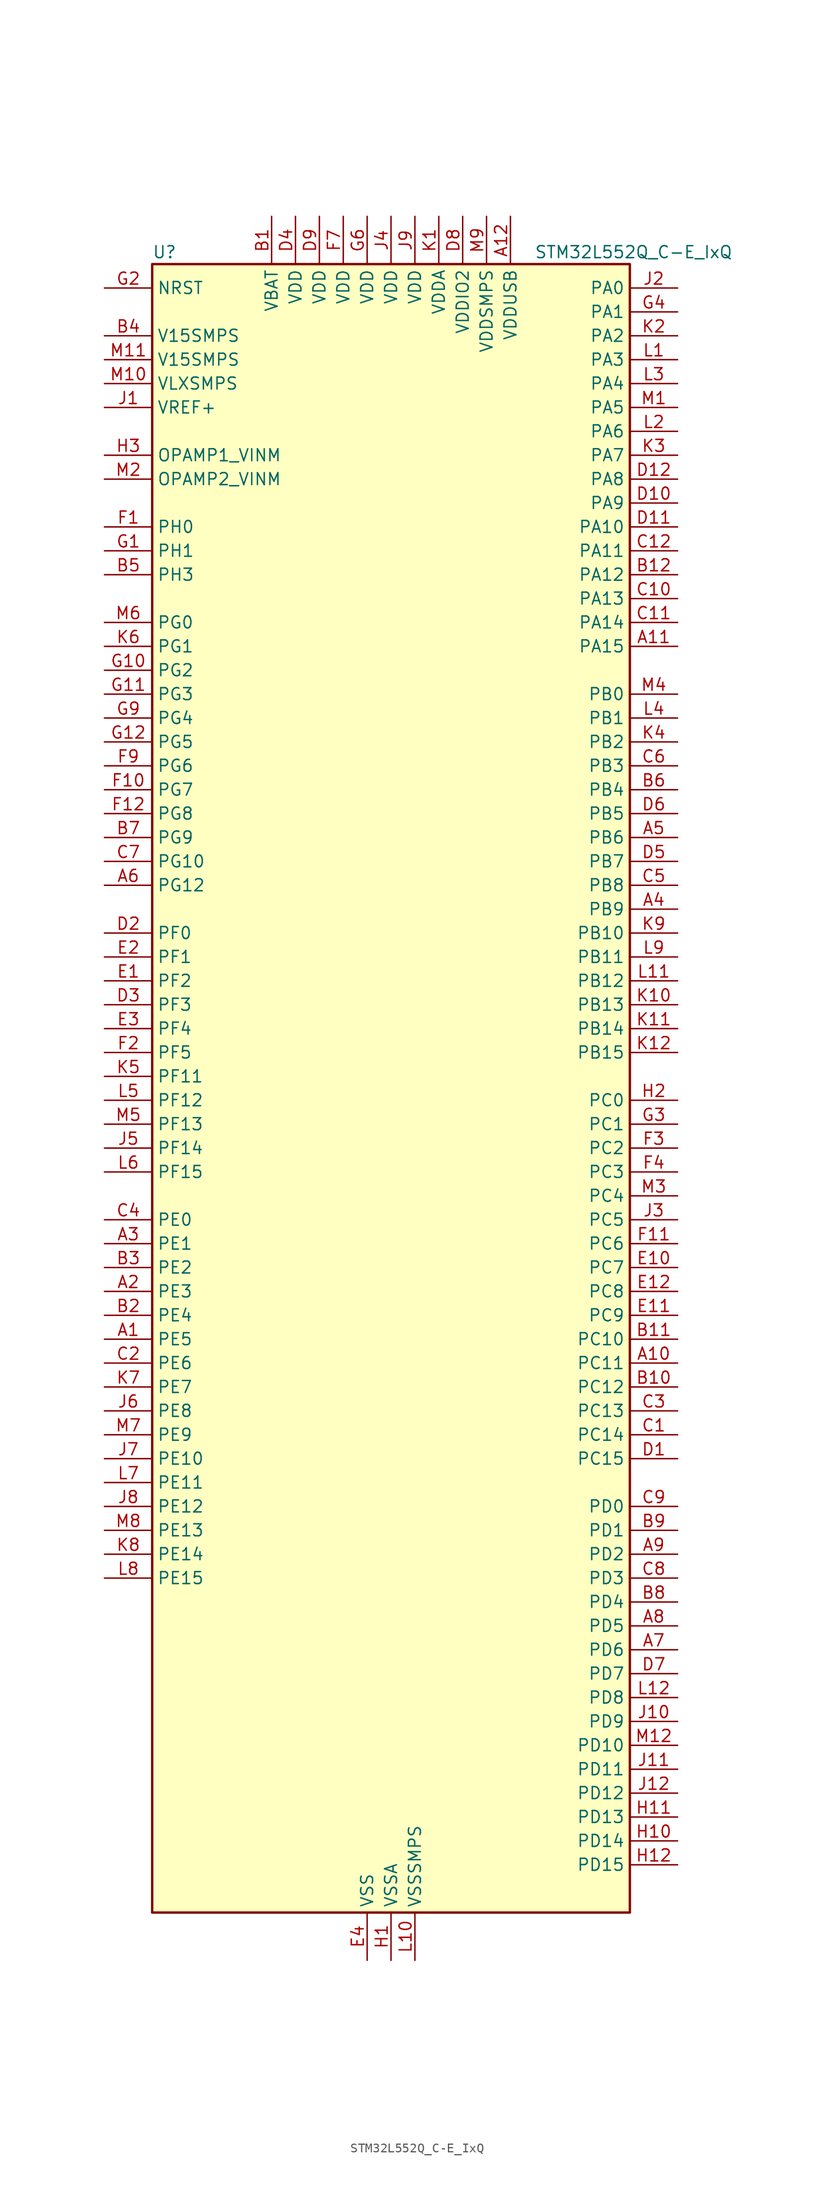
<source format=kicad_sym>
(kicad_symbol_lib
  (version 20220914)
  (generator kicad_symbol_editor)
  (symbol "STM32L552Q_C-E_IxQ"
    (property "Reference" "U"
      (at -25.4 90.17 0)
      (effects (font (size 1.27 1.27)) (justify left)))
    (property "Value" "STM32L552Q_C-E_IxQ"
      (at 15.24 90.17 0)
      (effects (font (size 1.27 1.27)) (justify left)))
    (property "ki_locked" ""
      (at 0 0 0)
      (effects (font (size 1.27 1.27))))
    (symbol "STM32L552Q_C-E_IxQ_0_1"
      (rectangle (start -25.4 -86.36) (end 25.4 88.9) (stroke (width 0.254) (type default)) (fill (type background))))
    (symbol "STM32L552Q_C-E_IxQ_1_1"
      (pin bidirectional line (at -30.48 -25.4 0) (length 5.08) (name "PE5" (effects (font (size 1.27 1.27)))) (number "A1" (effects (font (size 1.27 1.27)))) (alternate "DEBUG_TRACED2" bidirectional line) (alternate "DFSDM1_CKIN3" bidirectional line) (alternate "FMC_A21" bidirectional line) (alternate "SAI1_CK2" bidirectional line) (alternate "SAI1_SCK_A" bidirectional line) (alternate "TIM3_CH3" bidirectional line) (alternate "TSC_G7_IO4" bidirectional line))
      (pin bidirectional line (at 30.48 -27.94 180) (length 5.08) (name "PC11" (effects (font (size 1.27 1.27)))) (number "A10" (effects (font (size 1.27 1.27)))) (alternate "ADC1_EXTI11" bidirectional line) (alternate "ADC2_EXTI11" bidirectional line) (alternate "LPTIM3_IN1" bidirectional line) (alternate "OCTOSPI1_NCS" bidirectional line) (alternate "SAI2_MCLK_B" bidirectional line) (alternate "SDMMC1_D3" bidirectional line) (alternate "SPI3_MISO" bidirectional line) (alternate "TSC_G3_IO3" bidirectional line) (alternate "UART4_RX" bidirectional line) (alternate "UCPD1_FRSTX2" bidirectional line) (alternate "USART3_RX" bidirectional line))
      (pin bidirectional line (at 30.48 48.26 180) (length 5.08) (name "PA15" (effects (font (size 1.27 1.27)))) (number "A11" (effects (font (size 1.27 1.27)))) (alternate "ADC1_EXTI15" bidirectional line) (alternate "ADC2_EXTI15" bidirectional line) (alternate "DEBUG_JTDI" bidirectional line) (alternate "SAI2_FS_B" bidirectional line) (alternate "SPI1_NSS" bidirectional line) (alternate "SPI3_NSS" bidirectional line) (alternate "TIM2_CH1" bidirectional line) (alternate "TIM2_ETR" bidirectional line) (alternate "UART4_DE" bidirectional line) (alternate "UART4_RTS" bidirectional line) (alternate "UCPD1_CC1" bidirectional line) (alternate "USART2_RX" bidirectional line) (alternate "USART3_DE" bidirectional line) (alternate "USART3_RTS" bidirectional line))
      (pin power_in line (at 12.7 93.98 270) (length 5.08) (name "VDDUSB" (effects (font (size 1.27 1.27)))) (number "A12" (effects (font (size 1.27 1.27)))))
      (pin bidirectional line (at -30.48 -20.32 0) (length 5.08) (name "PE3" (effects (font (size 1.27 1.27)))) (number "A2" (effects (font (size 1.27 1.27)))) (alternate "DEBUG_TRACED0" bidirectional line) (alternate "FMC_A19" bidirectional line) (alternate "OCTOSPI1_DQS" bidirectional line) (alternate "SAI1_SD_B" bidirectional line) (alternate "TIM3_CH1" bidirectional line) (alternate "TSC_G7_IO2" bidirectional line))
      (pin bidirectional line (at -30.48 -15.24 0) (length 5.08) (name "PE1" (effects (font (size 1.27 1.27)))) (number "A3" (effects (font (size 1.27 1.27)))) (alternate "FMC_NBL1" bidirectional line) (alternate "TIM17_CH1" bidirectional line))
      (pin bidirectional line (at 30.48 20.32 180) (length 5.08) (name "PB9" (effects (font (size 1.27 1.27)))) (number "A4" (effects (font (size 1.27 1.27)))) (alternate "DAC1_EXTI9" bidirectional line) (alternate "FDCAN1_TX" bidirectional line) (alternate "I2C1_SDA" bidirectional line) (alternate "IR_OUT" bidirectional line) (alternate "SAI1_D2" bidirectional line) (alternate "SAI1_FS_A" bidirectional line) (alternate "SDMMC1_CDIR" bidirectional line) (alternate "SDMMC1_D5" bidirectional line) (alternate "SPI2_NSS" bidirectional line) (alternate "TIM17_CH1" bidirectional line) (alternate "TIM4_CH4" bidirectional line))
      (pin bidirectional line (at 30.48 27.94 180) (length 5.08) (name "PB6" (effects (font (size 1.27 1.27)))) (number "A5" (effects (font (size 1.27 1.27)))) (alternate "COMP2_INP" bidirectional line) (alternate "I2C1_SCL" bidirectional line) (alternate "I2C4_SCL" bidirectional line) (alternate "LPTIM1_ETR" bidirectional line) (alternate "SAI1_FS_B" bidirectional line) (alternate "TIM16_CH1N" bidirectional line) (alternate "TIM4_CH1" bidirectional line) (alternate "TIM8_BKIN2" bidirectional line) (alternate "TSC_G2_IO3" bidirectional line) (alternate "USART1_TX" bidirectional line))
      (pin bidirectional line (at -30.48 22.86 0) (length 5.08) (name "PG12" (effects (font (size 1.27 1.27)))) (number "A6" (effects (font (size 1.27 1.27)))) (alternate "FMC_NE4" bidirectional line) (alternate "LPTIM1_ETR" bidirectional line) (alternate "SAI2_SD_A" bidirectional line) (alternate "SPI3_NSS" bidirectional line) (alternate "USART1_DE" bidirectional line) (alternate "USART1_RTS" bidirectional line))
      (pin bidirectional line (at 30.48 -58.42 180) (length 5.08) (name "PD6" (effects (font (size 1.27 1.27)))) (number "A7" (effects (font (size 1.27 1.27)))) (alternate "DFSDM1_DATIN1" bidirectional line) (alternate "FMC_NWAIT" bidirectional line) (alternate "OCTOSPI1_IO6" bidirectional line) (alternate "SAI1_D1" bidirectional line) (alternate "SAI1_SD_A" bidirectional line) (alternate "SPI3_MOSI" bidirectional line) (alternate "USART2_RX" bidirectional line))
      (pin bidirectional line (at 30.48 -55.88 180) (length 5.08) (name "PD5" (effects (font (size 1.27 1.27)))) (number "A8" (effects (font (size 1.27 1.27)))) (alternate "FMC_NWE" bidirectional line) (alternate "OCTOSPI1_IO5" bidirectional line) (alternate "USART2_TX" bidirectional line))
      (pin bidirectional line (at 30.48 -48.26 180) (length 5.08) (name "PD2" (effects (font (size 1.27 1.27)))) (number "A9" (effects (font (size 1.27 1.27)))) (alternate "DEBUG_TRACED2" bidirectional line) (alternate "SDMMC1_CMD" bidirectional line) (alternate "TIM3_ETR" bidirectional line) (alternate "TSC_SYNC" bidirectional line) (alternate "UART5_RX" bidirectional line) (alternate "USART3_DE" bidirectional line) (alternate "USART3_RTS" bidirectional line))
      (pin power_in line (at -12.7 93.98 270) (length 5.08) (name "VBAT" (effects (font (size 1.27 1.27)))) (number "B1" (effects (font (size 1.27 1.27)))))
      (pin bidirectional line (at 30.48 -30.48 180) (length 5.08) (name "PC12" (effects (font (size 1.27 1.27)))) (number "B10" (effects (font (size 1.27 1.27)))) (alternate "DEBUG_TRACED3" bidirectional line) (alternate "SAI2_SD_B" bidirectional line) (alternate "SDMMC1_CK" bidirectional line) (alternate "SPI3_MOSI" bidirectional line) (alternate "TSC_G3_IO4" bidirectional line) (alternate "UART5_TX" bidirectional line) (alternate "USART3_CK" bidirectional line))
      (pin bidirectional line (at 30.48 -25.4 180) (length 5.08) (name "PC10" (effects (font (size 1.27 1.27)))) (number "B11" (effects (font (size 1.27 1.27)))) (alternate "DEBUG_TRACED1" bidirectional line) (alternate "LPTIM3_ETR" bidirectional line) (alternate "SAI2_SCK_B" bidirectional line) (alternate "SDMMC1_D2" bidirectional line) (alternate "SPI3_SCK" bidirectional line) (alternate "TSC_G3_IO2" bidirectional line) (alternate "UART4_TX" bidirectional line) (alternate "USART3_TX" bidirectional line))
      (pin bidirectional line (at 30.48 55.88 180) (length 5.08) (name "PA12" (effects (font (size 1.27 1.27)))) (number "B12" (effects (font (size 1.27 1.27)))) (alternate "FDCAN1_TX" bidirectional line) (alternate "SPI1_MOSI" bidirectional line) (alternate "TIM1_ETR" bidirectional line) (alternate "USART1_DE" bidirectional line) (alternate "USART1_RTS" bidirectional line) (alternate "USB_DP" bidirectional line))
      (pin bidirectional line (at -30.48 -22.86 0) (length 5.08) (name "PE4" (effects (font (size 1.27 1.27)))) (number "B2" (effects (font (size 1.27 1.27)))) (alternate "DEBUG_TRACED1" bidirectional line) (alternate "DFSDM1_DATIN3" bidirectional line) (alternate "FMC_A20" bidirectional line) (alternate "SAI1_D2" bidirectional line) (alternate "SAI1_FS_A" bidirectional line) (alternate "TIM3_CH2" bidirectional line) (alternate "TSC_G7_IO3" bidirectional line))
      (pin bidirectional line (at -30.48 -17.78 0) (length 5.08) (name "PE2" (effects (font (size 1.27 1.27)))) (number "B3" (effects (font (size 1.27 1.27)))) (alternate "DEBUG_TRACECLK" bidirectional line) (alternate "FMC_A23" bidirectional line) (alternate "SAI1_CK1" bidirectional line) (alternate "SAI1_MCLK_A" bidirectional line) (alternate "TIM3_ETR" bidirectional line) (alternate "TSC_G7_IO1" bidirectional line))
      (pin power_in line (at -30.48 81.28 0) (length 5.08) (name "V15SMPS" (effects (font (size 1.27 1.27)))) (number "B4" (effects (font (size 1.27 1.27)))))
      (pin bidirectional line (at -30.48 55.88 0) (length 5.08) (name "PH3" (effects (font (size 1.27 1.27)))) (number "B5" (effects (font (size 1.27 1.27)))))
      (pin bidirectional line (at 30.48 33.02 180) (length 5.08) (name "PB4" (effects (font (size 1.27 1.27)))) (number "B6" (effects (font (size 1.27 1.27)))) (alternate "COMP2_INP" bidirectional line) (alternate "DEBUG_JTRST" bidirectional line) (alternate "I2C3_SDA" bidirectional line) (alternate "SAI1_MCLK_B" bidirectional line) (alternate "SPI1_MISO" bidirectional line) (alternate "SPI3_MISO" bidirectional line) (alternate "TIM17_BKIN" bidirectional line) (alternate "TIM3_CH1" bidirectional line) (alternate "TSC_G2_IO1" bidirectional line) (alternate "UART5_DE" bidirectional line) (alternate "UART5_RTS" bidirectional line) (alternate "USART1_CTS" bidirectional line) (alternate "USART1_NSS" bidirectional line))
      (pin bidirectional line (at -30.48 27.94 0) (length 5.08) (name "PG9" (effects (font (size 1.27 1.27)))) (number "B7" (effects (font (size 1.27 1.27)))) (alternate "DAC1_EXTI9" bidirectional line) (alternate "FMC_NCE" bidirectional line) (alternate "FMC_NE2" bidirectional line) (alternate "SAI2_SCK_A" bidirectional line) (alternate "SPI3_SCK" bidirectional line) (alternate "TIM15_CH1N" bidirectional line) (alternate "USART1_TX" bidirectional line))
      (pin bidirectional line (at 30.48 -53.34 180) (length 5.08) (name "PD4" (effects (font (size 1.27 1.27)))) (number "B8" (effects (font (size 1.27 1.27)))) (alternate "DFSDM1_CKIN0" bidirectional line) (alternate "FMC_NOE" bidirectional line) (alternate "OCTOSPI1_IO4" bidirectional line) (alternate "SPI2_MOSI" bidirectional line) (alternate "USART2_DE" bidirectional line) (alternate "USART2_RTS" bidirectional line))
      (pin bidirectional line (at 30.48 -45.72 180) (length 5.08) (name "PD1" (effects (font (size 1.27 1.27)))) (number "B9" (effects (font (size 1.27 1.27)))) (alternate "FDCAN1_TX" bidirectional line) (alternate "FMC_D3" bidirectional line) (alternate "FMC_DA3" bidirectional line) (alternate "SPI2_SCK" bidirectional line))
      (pin bidirectional line (at 30.48 -35.56 180) (length 5.08) (name "PC14" (effects (font (size 1.27 1.27)))) (number "C1" (effects (font (size 1.27 1.27)))) (alternate "RCC_OSC32_IN" bidirectional line))
      (pin bidirectional line (at 30.48 53.34 180) (length 5.08) (name "PA13" (effects (font (size 1.27 1.27)))) (number "C10" (effects (font (size 1.27 1.27)))) (alternate "DEBUG_JTMS-SWDIO" bidirectional line) (alternate "IR_OUT" bidirectional line) (alternate "SAI1_SD_B" bidirectional line) (alternate "USB_NOE" bidirectional line))
      (pin bidirectional line (at 30.48 50.8 180) (length 5.08) (name "PA14" (effects (font (size 1.27 1.27)))) (number "C11" (effects (font (size 1.27 1.27)))) (alternate "DEBUG_JTCK-SWCLK" bidirectional line) (alternate "I2C1_SMBA" bidirectional line) (alternate "I2C4_SMBA" bidirectional line) (alternate "LPTIM1_OUT" bidirectional line) (alternate "SAI1_FS_B" bidirectional line))
      (pin bidirectional line (at 30.48 58.42 180) (length 5.08) (name "PA11" (effects (font (size 1.27 1.27)))) (number "C12" (effects (font (size 1.27 1.27)))) (alternate "ADC1_EXTI11" bidirectional line) (alternate "ADC2_EXTI11" bidirectional line) (alternate "FDCAN1_RX" bidirectional line) (alternate "SPI1_MISO" bidirectional line) (alternate "TIM1_BKIN2" bidirectional line) (alternate "TIM1_CH4" bidirectional line) (alternate "USART1_CTS" bidirectional line) (alternate "USART1_NSS" bidirectional line) (alternate "USB_DM" bidirectional line))
      (pin bidirectional line (at -30.48 -27.94 0) (length 5.08) (name "PE6" (effects (font (size 1.27 1.27)))) (number "C2" (effects (font (size 1.27 1.27)))) (alternate "DEBUG_TRACED3" bidirectional line) (alternate "FMC_A22" bidirectional line) (alternate "PWR_WKUP3" bidirectional line) (alternate "SAI1_D1" bidirectional line) (alternate "SAI1_SD_A" bidirectional line) (alternate "TAMP_IN3" bidirectional line) (alternate "TAMP_OUT6" bidirectional line) (alternate "TIM3_CH4" bidirectional line))
      (pin bidirectional line (at 30.48 -33.02 180) (length 5.08) (name "PC13" (effects (font (size 1.27 1.27)))) (number "C3" (effects (font (size 1.27 1.27)))) (alternate "PWR_WKUP2" bidirectional line) (alternate "RTC_OUT1" bidirectional line) (alternate "RTC_TS" bidirectional line) (alternate "TAMP_IN1" bidirectional line) (alternate "TAMP_OUT2" bidirectional line))
      (pin bidirectional line (at -30.48 -12.7 0) (length 5.08) (name "PE0" (effects (font (size 1.27 1.27)))) (number "C4" (effects (font (size 1.27 1.27)))) (alternate "FMC_NBL0" bidirectional line) (alternate "TIM16_CH1" bidirectional line) (alternate "TIM4_ETR" bidirectional line))
      (pin bidirectional line (at 30.48 22.86 180) (length 5.08) (name "PB8" (effects (font (size 1.27 1.27)))) (number "C5" (effects (font (size 1.27 1.27)))) (alternate "DFSDM1_CKOUT" bidirectional line) (alternate "FDCAN1_RX" bidirectional line) (alternate "I2C1_SCL" bidirectional line) (alternate "SAI1_CK1" bidirectional line) (alternate "SAI1_MCLK_A" bidirectional line) (alternate "SDMMC1_CKIN" bidirectional line) (alternate "SDMMC1_D4" bidirectional line) (alternate "TIM16_CH1" bidirectional line) (alternate "TIM4_CH3" bidirectional line))
      (pin bidirectional line (at 30.48 35.56 180) (length 5.08) (name "PB3" (effects (font (size 1.27 1.27)))) (number "C6" (effects (font (size 1.27 1.27)))) (alternate "COMP2_INM" bidirectional line) (alternate "CRS_SYNC" bidirectional line) (alternate "DEBUG_JTDO-SWO" bidirectional line) (alternate "SAI1_SCK_B" bidirectional line) (alternate "SPI1_SCK" bidirectional line) (alternate "SPI3_SCK" bidirectional line) (alternate "TIM2_CH2" bidirectional line) (alternate "USART1_DE" bidirectional line) (alternate "USART1_RTS" bidirectional line))
      (pin bidirectional line (at -30.48 25.4 0) (length 5.08) (name "PG10" (effects (font (size 1.27 1.27)))) (number "C7" (effects (font (size 1.27 1.27)))) (alternate "FMC_NE3" bidirectional line) (alternate "LPTIM1_IN1" bidirectional line) (alternate "SAI2_FS_A" bidirectional line) (alternate "SPI3_MISO" bidirectional line) (alternate "TIM15_CH1" bidirectional line) (alternate "USART1_RX" bidirectional line))
      (pin bidirectional line (at 30.48 -50.8 180) (length 5.08) (name "PD3" (effects (font (size 1.27 1.27)))) (number "C8" (effects (font (size 1.27 1.27)))) (alternate "DFSDM1_DATIN0" bidirectional line) (alternate "FMC_CLK" bidirectional line) (alternate "SPI2_MISO" bidirectional line) (alternate "SPI2_SCK" bidirectional line) (alternate "USART2_CTS" bidirectional line) (alternate "USART2_NSS" bidirectional line))
      (pin bidirectional line (at 30.48 -43.18 180) (length 5.08) (name "PD0" (effects (font (size 1.27 1.27)))) (number "C9" (effects (font (size 1.27 1.27)))) (alternate "FDCAN1_RX" bidirectional line) (alternate "FMC_D2" bidirectional line) (alternate "FMC_DA2" bidirectional line) (alternate "SPI2_NSS" bidirectional line))
      (pin bidirectional line (at 30.48 -38.1 180) (length 5.08) (name "PC15" (effects (font (size 1.27 1.27)))) (number "D1" (effects (font (size 1.27 1.27)))) (alternate "ADC1_EXTI15" bidirectional line) (alternate "ADC2_EXTI15" bidirectional line) (alternate "RCC_OSC32_OUT" bidirectional line))
      (pin bidirectional line (at 30.48 63.5 180) (length 5.08) (name "PA9" (effects (font (size 1.27 1.27)))) (number "D10" (effects (font (size 1.27 1.27)))) (alternate "DAC1_EXTI9" bidirectional line) (alternate "SAI1_FS_A" bidirectional line) (alternate "SPI2_SCK" bidirectional line) (alternate "TIM15_BKIN" bidirectional line) (alternate "TIM1_CH2" bidirectional line) (alternate "USART1_TX" bidirectional line))
      (pin bidirectional line (at 30.48 60.96 180) (length 5.08) (name "PA10" (effects (font (size 1.27 1.27)))) (number "D11" (effects (font (size 1.27 1.27)))) (alternate "CRS_SYNC" bidirectional line) (alternate "SAI1_D1" bidirectional line) (alternate "SAI1_SD_A" bidirectional line) (alternate "TIM17_BKIN" bidirectional line) (alternate "TIM1_CH3" bidirectional line) (alternate "USART1_RX" bidirectional line))
      (pin bidirectional line (at 30.48 66.04 180) (length 5.08) (name "PA8" (effects (font (size 1.27 1.27)))) (number "D12" (effects (font (size 1.27 1.27)))) (alternate "LPTIM2_OUT" bidirectional line) (alternate "RCC_MCO" bidirectional line) (alternate "SAI1_CK2" bidirectional line) (alternate "SAI1_SCK_A" bidirectional line) (alternate "TIM1_CH1" bidirectional line) (alternate "USART1_CK" bidirectional line))
      (pin bidirectional line (at -30.48 17.78 0) (length 5.08) (name "PF0" (effects (font (size 1.27 1.27)))) (number "D2" (effects (font (size 1.27 1.27)))) (alternate "FMC_A0" bidirectional line) (alternate "I2C2_SDA" bidirectional line))
      (pin bidirectional line (at -30.48 10.16 0) (length 5.08) (name "PF3" (effects (font (size 1.27 1.27)))) (number "D3" (effects (font (size 1.27 1.27)))) (alternate "FMC_A3" bidirectional line) (alternate "LPTIM3_IN1" bidirectional line))
      (pin power_in line (at -10.16 93.98 270) (length 5.08) (name "VDD" (effects (font (size 1.27 1.27)))) (number "D4" (effects (font (size 1.27 1.27)))))
      (pin bidirectional line (at 30.48 25.4 180) (length 5.08) (name "PB7" (effects (font (size 1.27 1.27)))) (number "D5" (effects (font (size 1.27 1.27)))) (alternate "COMP2_INM" bidirectional line) (alternate "FMC_NL" bidirectional line) (alternate "I2C1_SDA" bidirectional line) (alternate "I2C4_SDA" bidirectional line) (alternate "LPTIM1_IN2" bidirectional line) (alternate "PWR_PVD_IN" bidirectional line) (alternate "TIM17_CH1N" bidirectional line) (alternate "TIM4_CH2" bidirectional line) (alternate "TIM8_BKIN" bidirectional line) (alternate "TSC_G2_IO4" bidirectional line) (alternate "UART4_CTS" bidirectional line) (alternate "USART1_RX" bidirectional line))
      (pin bidirectional line (at 30.48 30.48 180) (length 5.08) (name "PB5" (effects (font (size 1.27 1.27)))) (number "D6" (effects (font (size 1.27 1.27)))) (alternate "COMP2_OUT" bidirectional line) (alternate "I2C1_SMBA" bidirectional line) (alternate "LPTIM1_IN1" bidirectional line) (alternate "OCTOSPI1_NCLK" bidirectional line) (alternate "SAI1_SD_B" bidirectional line) (alternate "SPI1_MOSI" bidirectional line) (alternate "SPI3_MOSI" bidirectional line) (alternate "TIM16_BKIN" bidirectional line) (alternate "TIM3_CH2" bidirectional line) (alternate "TSC_G2_IO2" bidirectional line) (alternate "UART5_CTS" bidirectional line) (alternate "UCPD1_DBCC1" bidirectional line) (alternate "USART1_CK" bidirectional line))
      (pin bidirectional line (at 30.48 -60.96 180) (length 5.08) (name "PD7" (effects (font (size 1.27 1.27)))) (number "D7" (effects (font (size 1.27 1.27)))) (alternate "DFSDM1_CKIN1" bidirectional line) (alternate "FMC_NCE" bidirectional line) (alternate "FMC_NE1" bidirectional line) (alternate "OCTOSPI1_IO7" bidirectional line) (alternate "USART2_CK" bidirectional line))
      (pin power_in line (at 7.62 93.98 270) (length 5.08) (name "VDDIO2" (effects (font (size 1.27 1.27)))) (number "D8" (effects (font (size 1.27 1.27)))))
      (pin power_in line (at -7.62 93.98 270) (length 5.08) (name "VDD" (effects (font (size 1.27 1.27)))) (number "D9" (effects (font (size 1.27 1.27)))))
      (pin bidirectional line (at -30.48 12.7 0) (length 5.08) (name "PF2" (effects (font (size 1.27 1.27)))) (number "E1" (effects (font (size 1.27 1.27)))) (alternate "FMC_A2" bidirectional line) (alternate "I2C2_SMBA" bidirectional line))
      (pin bidirectional line (at 30.48 -17.78 180) (length 5.08) (name "PC7" (effects (font (size 1.27 1.27)))) (number "E10" (effects (font (size 1.27 1.27)))) (alternate "DFSDM1_DATIN3" bidirectional line) (alternate "SAI2_MCLK_B" bidirectional line) (alternate "SDMMC1_D123DIR" bidirectional line) (alternate "SDMMC1_D7" bidirectional line) (alternate "TIM3_CH2" bidirectional line) (alternate "TIM8_CH2" bidirectional line) (alternate "TSC_G4_IO2" bidirectional line))
      (pin bidirectional line (at 30.48 -22.86 180) (length 5.08) (name "PC9" (effects (font (size 1.27 1.27)))) (number "E11" (effects (font (size 1.27 1.27)))) (alternate "DAC1_EXTI9" bidirectional line) (alternate "DEBUG_TRACED0" bidirectional line) (alternate "SAI2_EXTCLK" bidirectional line) (alternate "SDMMC1_D1" bidirectional line) (alternate "TIM3_CH4" bidirectional line) (alternate "TIM8_BKIN2" bidirectional line) (alternate "TIM8_CH4" bidirectional line) (alternate "TSC_G4_IO4" bidirectional line) (alternate "USB_NOE" bidirectional line))
      (pin bidirectional line (at 30.48 -20.32 180) (length 5.08) (name "PC8" (effects (font (size 1.27 1.27)))) (number "E12" (effects (font (size 1.27 1.27)))) (alternate "SDMMC1_D0" bidirectional line) (alternate "TIM3_CH3" bidirectional line) (alternate "TIM8_CH3" bidirectional line) (alternate "TSC_G4_IO3" bidirectional line))
      (pin bidirectional line (at -30.48 15.24 0) (length 5.08) (name "PF1" (effects (font (size 1.27 1.27)))) (number "E2" (effects (font (size 1.27 1.27)))) (alternate "FMC_A1" bidirectional line) (alternate "I2C2_SCL" bidirectional line))
      (pin bidirectional line (at -30.48 7.62 0) (length 5.08) (name "PF4" (effects (font (size 1.27 1.27)))) (number "E3" (effects (font (size 1.27 1.27)))) (alternate "FMC_A4" bidirectional line) (alternate "LPTIM3_ETR" bidirectional line))
      (pin power_in line (at -2.54 -91.44 90) (length 5.08) (name "VSS" (effects (font (size 1.27 1.27)))) (number "E4" (effects (font (size 1.27 1.27)))))
      (pin passive line (at -2.54 -91.44 90) (length 5.08) hide (name "VSS" (effects (font (size 1.27 1.27)))) (number "E9" (effects (font (size 1.27 1.27)))))
      (pin bidirectional line (at -30.48 60.96 0) (length 5.08) (name "PH0" (effects (font (size 1.27 1.27)))) (number "F1" (effects (font (size 1.27 1.27)))) (alternate "RCC_OSC_IN" bidirectional line))
      (pin bidirectional line (at -30.48 33.02 0) (length 5.08) (name "PG7" (effects (font (size 1.27 1.27)))) (number "F10" (effects (font (size 1.27 1.27)))) (alternate "DFSDM1_CKOUT" bidirectional line) (alternate "FMC_INT" bidirectional line) (alternate "I2C3_SCL" bidirectional line) (alternate "LPUART1_TX" bidirectional line) (alternate "SAI1_CK1" bidirectional line) (alternate "SAI1_MCLK_A" bidirectional line) (alternate "UCPD1_FRSTX2" bidirectional line))
      (pin bidirectional line (at 30.48 -15.24 180) (length 5.08) (name "PC6" (effects (font (size 1.27 1.27)))) (number "F11" (effects (font (size 1.27 1.27)))) (alternate "DFSDM1_CKIN3" bidirectional line) (alternate "SAI2_MCLK_A" bidirectional line) (alternate "SDMMC1_D0DIR" bidirectional line) (alternate "SDMMC1_D6" bidirectional line) (alternate "TIM3_CH1" bidirectional line) (alternate "TIM8_CH1" bidirectional line) (alternate "TSC_G4_IO1" bidirectional line))
      (pin bidirectional line (at -30.48 30.48 0) (length 5.08) (name "PG8" (effects (font (size 1.27 1.27)))) (number "F12" (effects (font (size 1.27 1.27)))) (alternate "I2C3_SDA" bidirectional line) (alternate "LPUART1_RX" bidirectional line))
      (pin bidirectional line (at -30.48 5.08 0) (length 5.08) (name "PF5" (effects (font (size 1.27 1.27)))) (number "F2" (effects (font (size 1.27 1.27)))) (alternate "FMC_A5" bidirectional line) (alternate "LPTIM3_OUT" bidirectional line))
      (pin bidirectional line (at 30.48 -5.08 180) (length 5.08) (name "PC2" (effects (font (size 1.27 1.27)))) (number "F3" (effects (font (size 1.27 1.27)))) (alternate "ADC1_IN3" bidirectional line) (alternate "ADC2_IN3" bidirectional line) (alternate "DFSDM1_CKOUT" bidirectional line) (alternate "LPTIM1_IN2" bidirectional line) (alternate "OCTOSPI1_IO5" bidirectional line) (alternate "SPI2_MISO" bidirectional line))
      (pin bidirectional line (at 30.48 -7.62 180) (length 5.08) (name "PC3" (effects (font (size 1.27 1.27)))) (number "F4" (effects (font (size 1.27 1.27)))) (alternate "ADC1_IN4" bidirectional line) (alternate "ADC2_IN4" bidirectional line) (alternate "LPTIM1_ETR" bidirectional line) (alternate "LPTIM2_ETR" bidirectional line) (alternate "LPTIM3_OUT" bidirectional line) (alternate "OCTOSPI1_IO6" bidirectional line) (alternate "SAI1_D1" bidirectional line) (alternate "SAI1_SD_A" bidirectional line) (alternate "SPI2_MOSI" bidirectional line))
      (pin passive line (at -2.54 -91.44 90) (length 5.08) hide (name "VSS" (effects (font (size 1.27 1.27)))) (number "F6" (effects (font (size 1.27 1.27)))))
      (pin power_in line (at -5.08 93.98 270) (length 5.08) (name "VDD" (effects (font (size 1.27 1.27)))) (number "F7" (effects (font (size 1.27 1.27)))))
      (pin bidirectional line (at -30.48 35.56 0) (length 5.08) (name "PG6" (effects (font (size 1.27 1.27)))) (number "F9" (effects (font (size 1.27 1.27)))) (alternate "I2C3_SMBA" bidirectional line) (alternate "LPUART1_DE" bidirectional line) (alternate "LPUART1_RTS" bidirectional line) (alternate "OCTOSPI1_DQS" bidirectional line) (alternate "UCPD1_FRSTX1" bidirectional line))
      (pin bidirectional line (at -30.48 58.42 0) (length 5.08) (name "PH1" (effects (font (size 1.27 1.27)))) (number "G1" (effects (font (size 1.27 1.27)))) (alternate "RCC_OSC_OUT" bidirectional line))
      (pin bidirectional line (at -30.48 45.72 0) (length 5.08) (name "PG2" (effects (font (size 1.27 1.27)))) (number "G10" (effects (font (size 1.27 1.27)))) (alternate "FMC_A12" bidirectional line) (alternate "SAI2_SCK_B" bidirectional line) (alternate "SPI1_SCK" bidirectional line))
      (pin bidirectional line (at -30.48 43.18 0) (length 5.08) (name "PG3" (effects (font (size 1.27 1.27)))) (number "G11" (effects (font (size 1.27 1.27)))) (alternate "FMC_A13" bidirectional line) (alternate "SAI2_FS_B" bidirectional line) (alternate "SPI1_MISO" bidirectional line))
      (pin bidirectional line (at -30.48 38.1 0) (length 5.08) (name "PG5" (effects (font (size 1.27 1.27)))) (number "G12" (effects (font (size 1.27 1.27)))) (alternate "FMC_A15" bidirectional line) (alternate "LPUART1_CTS" bidirectional line) (alternate "SAI2_SD_B" bidirectional line) (alternate "SPI1_NSS" bidirectional line))
      (pin input line (at -30.48 86.36 0) (length 5.08) (name "NRST" (effects (font (size 1.27 1.27)))) (number "G2" (effects (font (size 1.27 1.27)))))
      (pin bidirectional line (at 30.48 -2.54 180) (length 5.08) (name "PC1" (effects (font (size 1.27 1.27)))) (number "G3" (effects (font (size 1.27 1.27)))) (alternate "ADC1_IN2" bidirectional line) (alternate "ADC2_IN2" bidirectional line) (alternate "DEBUG_TRACED0" bidirectional line) (alternate "I2C3_SDA" bidirectional line) (alternate "LPTIM1_OUT" bidirectional line) (alternate "LPUART1_TX" bidirectional line) (alternate "OCTOSPI1_IO4" bidirectional line) (alternate "SAI1_SD_A" bidirectional line) (alternate "SPI2_MOSI" bidirectional line))
      (pin bidirectional line (at 30.48 83.82 180) (length 5.08) (name "PA1" (effects (font (size 1.27 1.27)))) (number "G4" (effects (font (size 1.27 1.27)))) (alternate "ADC1_IN6" bidirectional line) (alternate "ADC2_IN6" bidirectional line) (alternate "I2C1_SMBA" bidirectional line) (alternate "OCTOSPI1_DQS" bidirectional line) (alternate "OPAMP1_VINM" bidirectional line) (alternate "SPI1_SCK" bidirectional line) (alternate "TAMP_IN5" bidirectional line) (alternate "TAMP_OUT4" bidirectional line) (alternate "TIM15_CH1N" bidirectional line) (alternate "TIM2_CH2" bidirectional line) (alternate "TIM5_CH2" bidirectional line) (alternate "UART4_RX" bidirectional line) (alternate "USART2_DE" bidirectional line) (alternate "USART2_RTS" bidirectional line))
      (pin power_in line (at -2.54 93.98 270) (length 5.08) (name "VDD" (effects (font (size 1.27 1.27)))) (number "G6" (effects (font (size 1.27 1.27)))))
      (pin passive line (at -2.54 -91.44 90) (length 5.08) hide (name "VSS" (effects (font (size 1.27 1.27)))) (number "G7" (effects (font (size 1.27 1.27)))))
      (pin bidirectional line (at -30.48 40.64 0) (length 5.08) (name "PG4" (effects (font (size 1.27 1.27)))) (number "G9" (effects (font (size 1.27 1.27)))) (alternate "FMC_A14" bidirectional line) (alternate "SAI2_MCLK_B" bidirectional line) (alternate "SPI1_MOSI" bidirectional line))
      (pin power_in line (at 0 -91.44 90) (length 5.08) (name "VSSA" (effects (font (size 1.27 1.27)))) (number "H1" (effects (font (size 1.27 1.27)))))
      (pin bidirectional line (at 30.48 -78.74 180) (length 5.08) (name "PD14" (effects (font (size 1.27 1.27)))) (number "H10" (effects (font (size 1.27 1.27)))) (alternate "FMC_D0" bidirectional line) (alternate "FMC_DA0" bidirectional line) (alternate "TIM4_CH3" bidirectional line))
      (pin bidirectional line (at 30.48 -76.2 180) (length 5.08) (name "PD13" (effects (font (size 1.27 1.27)))) (number "H11" (effects (font (size 1.27 1.27)))) (alternate "FMC_A18" bidirectional line) (alternate "I2C4_SDA" bidirectional line) (alternate "LPTIM2_OUT" bidirectional line) (alternate "TIM4_CH2" bidirectional line) (alternate "TSC_G6_IO4" bidirectional line))
      (pin bidirectional line (at 30.48 -81.28 180) (length 5.08) (name "PD15" (effects (font (size 1.27 1.27)))) (number "H12" (effects (font (size 1.27 1.27)))) (alternate "ADC1_EXTI15" bidirectional line) (alternate "ADC2_EXTI15" bidirectional line) (alternate "FMC_D1" bidirectional line) (alternate "FMC_DA1" bidirectional line) (alternate "TIM4_CH4" bidirectional line))
      (pin bidirectional line (at 30.48 0 180) (length 5.08) (name "PC0" (effects (font (size 1.27 1.27)))) (number "H2" (effects (font (size 1.27 1.27)))) (alternate "ADC1_IN1" bidirectional line) (alternate "ADC2_IN1" bidirectional line) (alternate "I2C3_SCL" bidirectional line) (alternate "LPTIM1_IN1" bidirectional line) (alternate "LPTIM2_IN1" bidirectional line) (alternate "LPUART1_RX" bidirectional line) (alternate "OCTOSPI1_IO7" bidirectional line) (alternate "SAI2_FS_A" bidirectional line) (alternate "SDMMC1_D5" bidirectional line))
      (pin bidirectional line (at -30.48 68.58 0) (length 5.08) (name "OPAMP1_VINM" (effects (font (size 1.27 1.27)))) (number "H3" (effects (font (size 1.27 1.27)))) (alternate "OPAMP1_VINM" bidirectional line))
      (pin passive line (at -2.54 -91.44 90) (length 5.08) hide (name "VSS" (effects (font (size 1.27 1.27)))) (number "H4" (effects (font (size 1.27 1.27)))))
      (pin passive line (at -2.54 -91.44 90) (length 5.08) hide (name "VSS" (effects (font (size 1.27 1.27)))) (number "H9" (effects (font (size 1.27 1.27)))))
      (pin input line (at -30.48 73.66 0) (length 5.08) (name "VREF+" (effects (font (size 1.27 1.27)))) (number "J1" (effects (font (size 1.27 1.27)))))
      (pin bidirectional line (at 30.48 -66.04 180) (length 5.08) (name "PD9" (effects (font (size 1.27 1.27)))) (number "J10" (effects (font (size 1.27 1.27)))) (alternate "DAC1_EXTI9" bidirectional line) (alternate "FMC_D14" bidirectional line) (alternate "FMC_DA14" bidirectional line) (alternate "SAI2_MCLK_A" bidirectional line) (alternate "USART3_RX" bidirectional line))
      (pin bidirectional line (at 30.48 -71.12 180) (length 5.08) (name "PD11" (effects (font (size 1.27 1.27)))) (number "J11" (effects (font (size 1.27 1.27)))) (alternate "ADC1_EXTI11" bidirectional line) (alternate "ADC2_EXTI11" bidirectional line) (alternate "FMC_A16" bidirectional line) (alternate "FMC_CLE" bidirectional line) (alternate "I2C4_SMBA" bidirectional line) (alternate "LPTIM2_ETR" bidirectional line) (alternate "SAI2_SD_A" bidirectional line) (alternate "TSC_G6_IO2" bidirectional line) (alternate "USART3_CTS" bidirectional line) (alternate "USART3_NSS" bidirectional line))
      (pin bidirectional line (at 30.48 -73.66 180) (length 5.08) (name "PD12" (effects (font (size 1.27 1.27)))) (number "J12" (effects (font (size 1.27 1.27)))) (alternate "FMC_A17" bidirectional line) (alternate "FMC_ALE" bidirectional line) (alternate "I2C4_SCL" bidirectional line) (alternate "LPTIM2_IN1" bidirectional line) (alternate "SAI2_FS_A" bidirectional line) (alternate "TIM4_CH1" bidirectional line) (alternate "TSC_G6_IO3" bidirectional line) (alternate "USART3_DE" bidirectional line) (alternate "USART3_RTS" bidirectional line))
      (pin bidirectional line (at 30.48 86.36 180) (length 5.08) (name "PA0" (effects (font (size 1.27 1.27)))) (number "J2" (effects (font (size 1.27 1.27)))) (alternate "ADC1_IN5" bidirectional line) (alternate "ADC2_IN5" bidirectional line) (alternate "OPAMP1_VINP" bidirectional line) (alternate "PWR_WKUP1" bidirectional line) (alternate "SAI1_EXTCLK" bidirectional line) (alternate "TAMP_IN2" bidirectional line) (alternate "TAMP_OUT1" bidirectional line) (alternate "TIM2_CH1" bidirectional line) (alternate "TIM2_ETR" bidirectional line) (alternate "TIM5_CH1" bidirectional line) (alternate "TIM8_ETR" bidirectional line) (alternate "UART4_TX" bidirectional line) (alternate "USART2_CTS" bidirectional line) (alternate "USART2_NSS" bidirectional line))
      (pin bidirectional line (at 30.48 -12.7 180) (length 5.08) (name "PC5" (effects (font (size 1.27 1.27)))) (number "J3" (effects (font (size 1.27 1.27)))) (alternate "ADC1_IN14" bidirectional line) (alternate "ADC2_IN14" bidirectional line) (alternate "COMP1_INP" bidirectional line) (alternate "PWR_WKUP5" bidirectional line) (alternate "SAI1_D3" bidirectional line) (alternate "TAMP_IN4" bidirectional line) (alternate "TAMP_OUT5" bidirectional line) (alternate "USART3_RX" bidirectional line))
      (pin power_in line (at 0 93.98 270) (length 5.08) (name "VDD" (effects (font (size 1.27 1.27)))) (number "J4" (effects (font (size 1.27 1.27)))))
      (pin bidirectional line (at -30.48 -5.08 0) (length 5.08) (name "PF14" (effects (font (size 1.27 1.27)))) (number "J5" (effects (font (size 1.27 1.27)))) (alternate "FMC_A8" bidirectional line) (alternate "I2C4_SCL" bidirectional line) (alternate "TSC_G8_IO1" bidirectional line))
      (pin bidirectional line (at -30.48 -33.02 0) (length 5.08) (name "PE8" (effects (font (size 1.27 1.27)))) (number "J6" (effects (font (size 1.27 1.27)))) (alternate "DFSDM1_CKIN2" bidirectional line) (alternate "FMC_D5" bidirectional line) (alternate "FMC_DA5" bidirectional line) (alternate "SAI1_SCK_B" bidirectional line) (alternate "TIM1_CH1N" bidirectional line))
      (pin bidirectional line (at -30.48 -38.1 0) (length 5.08) (name "PE10" (effects (font (size 1.27 1.27)))) (number "J7" (effects (font (size 1.27 1.27)))) (alternate "FMC_D7" bidirectional line) (alternate "FMC_DA7" bidirectional line) (alternate "OCTOSPI1_CLK" bidirectional line) (alternate "SAI1_MCLK_B" bidirectional line) (alternate "TIM1_CH2N" bidirectional line) (alternate "TSC_G5_IO1" bidirectional line))
      (pin bidirectional line (at -30.48 -43.18 0) (length 5.08) (name "PE12" (effects (font (size 1.27 1.27)))) (number "J8" (effects (font (size 1.27 1.27)))) (alternate "FMC_D9" bidirectional line) (alternate "FMC_DA9" bidirectional line) (alternate "OCTOSPI1_IO0" bidirectional line) (alternate "SPI1_NSS" bidirectional line) (alternate "TIM1_CH3N" bidirectional line) (alternate "TSC_G5_IO3" bidirectional line))
      (pin power_in line (at 2.54 93.98 270) (length 5.08) (name "VDD" (effects (font (size 1.27 1.27)))) (number "J9" (effects (font (size 1.27 1.27)))))
      (pin power_in line (at 5.08 93.98 270) (length 5.08) (name "VDDA" (effects (font (size 1.27 1.27)))) (number "K1" (effects (font (size 1.27 1.27)))))
      (pin bidirectional line (at 30.48 10.16 180) (length 5.08) (name "PB13" (effects (font (size 1.27 1.27)))) (number "K10" (effects (font (size 1.27 1.27)))) (alternate "DFSDM1_CKIN1" bidirectional line) (alternate "I2C2_SCL" bidirectional line) (alternate "LPTIM3_IN1" bidirectional line) (alternate "LPUART1_CTS" bidirectional line) (alternate "SAI2_SCK_A" bidirectional line) (alternate "SPI2_SCK" bidirectional line) (alternate "TIM15_CH1N" bidirectional line) (alternate "TIM1_CH1N" bidirectional line) (alternate "TSC_G1_IO2" bidirectional line) (alternate "UCPD1_FRSTX2" bidirectional line) (alternate "USART3_CTS" bidirectional line) (alternate "USART3_NSS" bidirectional line))
      (pin bidirectional line (at 30.48 7.62 180) (length 5.08) (name "PB14" (effects (font (size 1.27 1.27)))) (number "K11" (effects (font (size 1.27 1.27)))) (alternate "DFSDM1_DATIN2" bidirectional line) (alternate "I2C2_SDA" bidirectional line) (alternate "LPTIM3_ETR" bidirectional line) (alternate "SAI2_MCLK_A" bidirectional line) (alternate "SPI2_MISO" bidirectional line) (alternate "TIM15_CH1" bidirectional line) (alternate "TIM1_CH2N" bidirectional line) (alternate "TIM8_CH2N" bidirectional line) (alternate "TSC_G1_IO3" bidirectional line) (alternate "UCPD1_DBCC2" bidirectional line) (alternate "USART3_DE" bidirectional line) (alternate "USART3_RTS" bidirectional line))
      (pin bidirectional line (at 30.48 5.08 180) (length 5.08) (name "PB15" (effects (font (size 1.27 1.27)))) (number "K12" (effects (font (size 1.27 1.27)))) (alternate "ADC1_EXTI15" bidirectional line) (alternate "ADC2_EXTI15" bidirectional line) (alternate "DFSDM1_CKIN2" bidirectional line) (alternate "RTC_REFIN" bidirectional line) (alternate "SAI2_SD_A" bidirectional line) (alternate "SPI2_MOSI" bidirectional line) (alternate "TIM15_CH2" bidirectional line) (alternate "TIM1_CH3N" bidirectional line) (alternate "TIM8_CH3N" bidirectional line) (alternate "UCPD1_CC2" bidirectional line))
      (pin bidirectional line (at 30.48 81.28 180) (length 5.08) (name "PA2" (effects (font (size 1.27 1.27)))) (number "K2" (effects (font (size 1.27 1.27)))) (alternate "ADC1_IN7" bidirectional line) (alternate "ADC2_IN7" bidirectional line) (alternate "COMP1_INP" bidirectional line) (alternate "LPUART1_TX" bidirectional line) (alternate "OCTOSPI1_NCS" bidirectional line) (alternate "PWR_WKUP4" bidirectional line) (alternate "RCC_LSCO" bidirectional line) (alternate "SAI2_EXTCLK" bidirectional line) (alternate "TIM15_CH1" bidirectional line) (alternate "TIM2_CH3" bidirectional line) (alternate "TIM5_CH3" bidirectional line) (alternate "UCPD1_FRSTX1" bidirectional line) (alternate "USART2_TX" bidirectional line))
      (pin bidirectional line (at 30.48 68.58 180) (length 5.08) (name "PA7" (effects (font (size 1.27 1.27)))) (number "K3" (effects (font (size 1.27 1.27)))) (alternate "ADC1_IN12" bidirectional line) (alternate "ADC2_IN12" bidirectional line) (alternate "I2C3_SCL" bidirectional line) (alternate "OCTOSPI1_IO2" bidirectional line) (alternate "OPAMP2_VINM" bidirectional line) (alternate "SPI1_MOSI" bidirectional line) (alternate "TIM17_CH1" bidirectional line) (alternate "TIM1_CH1N" bidirectional line) (alternate "TIM3_CH2" bidirectional line) (alternate "TIM8_CH1N" bidirectional line))
      (pin bidirectional line (at 30.48 38.1 180) (length 5.08) (name "PB2" (effects (font (size 1.27 1.27)))) (number "K4" (effects (font (size 1.27 1.27)))) (alternate "COMP1_INP" bidirectional line) (alternate "DFSDM1_CKIN0" bidirectional line) (alternate "I2C3_SMBA" bidirectional line) (alternate "LPTIM1_OUT" bidirectional line) (alternate "OCTOSPI1_DQS" bidirectional line) (alternate "RTC_OUT2" bidirectional line) (alternate "UCPD1_FRSTX1" bidirectional line))
      (pin bidirectional line (at -30.48 2.54 0) (length 5.08) (name "PF11" (effects (font (size 1.27 1.27)))) (number "K5" (effects (font (size 1.27 1.27)))) (alternate "ADC1_EXTI11" bidirectional line) (alternate "ADC2_EXTI11" bidirectional line) (alternate "OCTOSPI1_NCLK" bidirectional line))
      (pin bidirectional line (at -30.48 48.26 0) (length 5.08) (name "PG1" (effects (font (size 1.27 1.27)))) (number "K6" (effects (font (size 1.27 1.27)))) (alternate "FMC_A11" bidirectional line) (alternate "TSC_G8_IO4" bidirectional line))
      (pin bidirectional line (at -30.48 -30.48 0) (length 5.08) (name "PE7" (effects (font (size 1.27 1.27)))) (number "K7" (effects (font (size 1.27 1.27)))) (alternate "DFSDM1_DATIN2" bidirectional line) (alternate "FMC_D4" bidirectional line) (alternate "FMC_DA4" bidirectional line) (alternate "SAI1_SD_B" bidirectional line) (alternate "TIM1_ETR" bidirectional line))
      (pin bidirectional line (at -30.48 -48.26 0) (length 5.08) (name "PE14" (effects (font (size 1.27 1.27)))) (number "K8" (effects (font (size 1.27 1.27)))) (alternate "FMC_D11" bidirectional line) (alternate "FMC_DA11" bidirectional line) (alternate "OCTOSPI1_IO2" bidirectional line) (alternate "SPI1_MISO" bidirectional line) (alternate "TIM1_BKIN2" bidirectional line) (alternate "TIM1_CH4" bidirectional line))
      (pin bidirectional line (at 30.48 17.78 180) (length 5.08) (name "PB10" (effects (font (size 1.27 1.27)))) (number "K9" (effects (font (size 1.27 1.27)))) (alternate "COMP1_OUT" bidirectional line) (alternate "I2C2_SCL" bidirectional line) (alternate "I2C4_SCL" bidirectional line) (alternate "LPTIM3_OUT" bidirectional line) (alternate "LPUART1_RX" bidirectional line) (alternate "OCTOSPI1_CLK" bidirectional line) (alternate "SAI1_SCK_A" bidirectional line) (alternate "SPI2_SCK" bidirectional line) (alternate "TIM2_CH3" bidirectional line) (alternate "TSC_SYNC" bidirectional line) (alternate "USART3_TX" bidirectional line))
      (pin bidirectional line (at 30.48 78.74 180) (length 5.08) (name "PA3" (effects (font (size 1.27 1.27)))) (number "L1" (effects (font (size 1.27 1.27)))) (alternate "ADC1_IN8" bidirectional line) (alternate "ADC2_IN8" bidirectional line) (alternate "LPUART1_RX" bidirectional line) (alternate "OCTOSPI1_CLK" bidirectional line) (alternate "OPAMP1_VOUT" bidirectional line) (alternate "SAI1_CK1" bidirectional line) (alternate "SAI1_MCLK_A" bidirectional line) (alternate "TIM15_CH2" bidirectional line) (alternate "TIM2_CH4" bidirectional line) (alternate "TIM5_CH4" bidirectional line) (alternate "USART2_RX" bidirectional line))
      (pin power_in line (at 2.54 -91.44 90) (length 5.08) (name "VSSSMPS" (effects (font (size 1.27 1.27)))) (number "L10" (effects (font (size 1.27 1.27)))))
      (pin bidirectional line (at 30.48 12.7 180) (length 5.08) (name "PB12" (effects (font (size 1.27 1.27)))) (number "L11" (effects (font (size 1.27 1.27)))) (alternate "DFSDM1_DATIN1" bidirectional line) (alternate "I2C2_SMBA" bidirectional line) (alternate "LPUART1_DE" bidirectional line) (alternate "LPUART1_RTS" bidirectional line) (alternate "OCTOSPI1_NCLK" bidirectional line) (alternate "SAI2_FS_A" bidirectional line) (alternate "SPI2_NSS" bidirectional line) (alternate "TIM15_BKIN" bidirectional line) (alternate "TIM1_BKIN" bidirectional line) (alternate "TSC_G1_IO1" bidirectional line) (alternate "USART3_CK" bidirectional line))
      (pin bidirectional line (at 30.48 -63.5 180) (length 5.08) (name "PD8" (effects (font (size 1.27 1.27)))) (number "L12" (effects (font (size 1.27 1.27)))) (alternate "FMC_D13" bidirectional line) (alternate "FMC_DA13" bidirectional line) (alternate "USART3_TX" bidirectional line))
      (pin bidirectional line (at 30.48 71.12 180) (length 5.08) (name "PA6" (effects (font (size 1.27 1.27)))) (number "L2" (effects (font (size 1.27 1.27)))) (alternate "ADC1_IN11" bidirectional line) (alternate "ADC2_IN11" bidirectional line) (alternate "LPUART1_CTS" bidirectional line) (alternate "OCTOSPI1_IO3" bidirectional line) (alternate "OPAMP2_VINP" bidirectional line) (alternate "SPI1_MISO" bidirectional line) (alternate "TIM16_CH1" bidirectional line) (alternate "TIM1_BKIN" bidirectional line) (alternate "TIM3_CH1" bidirectional line) (alternate "TIM8_BKIN" bidirectional line) (alternate "USART3_CTS" bidirectional line) (alternate "USART3_NSS" bidirectional line))
      (pin bidirectional line (at 30.48 76.2 180) (length 5.08) (name "PA4" (effects (font (size 1.27 1.27)))) (number "L3" (effects (font (size 1.27 1.27)))) (alternate "ADC1_IN9" bidirectional line) (alternate "ADC2_IN9" bidirectional line) (alternate "DAC1_OUT1" bidirectional line) (alternate "LPTIM2_OUT" bidirectional line) (alternate "OCTOSPI1_NCS" bidirectional line) (alternate "SAI1_FS_B" bidirectional line) (alternate "SPI1_NSS" bidirectional line) (alternate "SPI3_NSS" bidirectional line) (alternate "USART2_CK" bidirectional line))
      (pin bidirectional line (at 30.48 40.64 180) (length 5.08) (name "PB1" (effects (font (size 1.27 1.27)))) (number "L4" (effects (font (size 1.27 1.27)))) (alternate "ADC1_IN16" bidirectional line) (alternate "ADC2_IN16" bidirectional line) (alternate "COMP1_INM" bidirectional line) (alternate "DFSDM1_DATIN0" bidirectional line) (alternate "LPTIM2_IN1" bidirectional line) (alternate "LPUART1_DE" bidirectional line) (alternate "LPUART1_RTS" bidirectional line) (alternate "OCTOSPI1_IO0" bidirectional line) (alternate "TIM1_CH3N" bidirectional line) (alternate "TIM3_CH4" bidirectional line) (alternate "TIM8_CH3N" bidirectional line) (alternate "USART3_DE" bidirectional line) (alternate "USART3_RTS" bidirectional line))
      (pin bidirectional line (at -30.48 0 0) (length 5.08) (name "PF12" (effects (font (size 1.27 1.27)))) (number "L5" (effects (font (size 1.27 1.27)))) (alternate "FMC_A6" bidirectional line))
      (pin bidirectional line (at -30.48 -7.62 0) (length 5.08) (name "PF15" (effects (font (size 1.27 1.27)))) (number "L6" (effects (font (size 1.27 1.27)))) (alternate "ADC1_EXTI15" bidirectional line) (alternate "ADC2_EXTI15" bidirectional line) (alternate "FMC_A9" bidirectional line) (alternate "I2C4_SDA" bidirectional line) (alternate "TSC_G8_IO2" bidirectional line))
      (pin bidirectional line (at -30.48 -40.64 0) (length 5.08) (name "PE11" (effects (font (size 1.27 1.27)))) (number "L7" (effects (font (size 1.27 1.27)))) (alternate "ADC1_EXTI11" bidirectional line) (alternate "ADC2_EXTI11" bidirectional line) (alternate "FMC_D8" bidirectional line) (alternate "FMC_DA8" bidirectional line) (alternate "OCTOSPI1_NCS" bidirectional line) (alternate "TIM1_CH2" bidirectional line) (alternate "TSC_G5_IO2" bidirectional line))
      (pin bidirectional line (at -30.48 -50.8 0) (length 5.08) (name "PE15" (effects (font (size 1.27 1.27)))) (number "L8" (effects (font (size 1.27 1.27)))) (alternate "ADC1_EXTI15" bidirectional line) (alternate "ADC2_EXTI15" bidirectional line) (alternate "FMC_D12" bidirectional line) (alternate "FMC_DA12" bidirectional line) (alternate "OCTOSPI1_IO3" bidirectional line) (alternate "SPI1_MOSI" bidirectional line) (alternate "TIM1_BKIN" bidirectional line))
      (pin bidirectional line (at 30.48 15.24 180) (length 5.08) (name "PB11" (effects (font (size 1.27 1.27)))) (number "L9" (effects (font (size 1.27 1.27)))) (alternate "ADC1_EXTI11" bidirectional line) (alternate "ADC2_EXTI11" bidirectional line) (alternate "COMP2_OUT" bidirectional line) (alternate "I2C2_SDA" bidirectional line) (alternate "I2C4_SDA" bidirectional line) (alternate "LPUART1_TX" bidirectional line) (alternate "OCTOSPI1_NCS" bidirectional line) (alternate "TIM2_CH4" bidirectional line) (alternate "USART3_RX" bidirectional line))
      (pin bidirectional line (at 30.48 73.66 180) (length 5.08) (name "PA5" (effects (font (size 1.27 1.27)))) (number "M1" (effects (font (size 1.27 1.27)))) (alternate "ADC1_IN10" bidirectional line) (alternate "ADC2_IN10" bidirectional line) (alternate "DAC1_OUT2" bidirectional line) (alternate "LPTIM2_ETR" bidirectional line) (alternate "SPI1_SCK" bidirectional line) (alternate "TIM2_CH1" bidirectional line) (alternate "TIM2_ETR" bidirectional line) (alternate "TIM8_CH1N" bidirectional line))
      (pin power_in line (at -30.48 76.2 0) (length 5.08) (name "VLXSMPS" (effects (font (size 1.27 1.27)))) (number "M10" (effects (font (size 1.27 1.27)))))
      (pin power_in line (at -30.48 78.74 0) (length 5.08) (name "V15SMPS" (effects (font (size 1.27 1.27)))) (number "M11" (effects (font (size 1.27 1.27)))))
      (pin bidirectional line (at 30.48 -68.58 180) (length 5.08) (name "PD10" (effects (font (size 1.27 1.27)))) (number "M12" (effects (font (size 1.27 1.27)))) (alternate "FMC_D15" bidirectional line) (alternate "FMC_DA15" bidirectional line) (alternate "SAI2_SCK_A" bidirectional line) (alternate "TSC_G6_IO1" bidirectional line) (alternate "USART3_CK" bidirectional line))
      (pin bidirectional line (at -30.48 66.04 0) (length 5.08) (name "OPAMP2_VINM" (effects (font (size 1.27 1.27)))) (number "M2" (effects (font (size 1.27 1.27)))) (alternate "OPAMP2_VINM" bidirectional line))
      (pin bidirectional line (at 30.48 -10.16 180) (length 5.08) (name "PC4" (effects (font (size 1.27 1.27)))) (number "M3" (effects (font (size 1.27 1.27)))) (alternate "ADC1_IN13" bidirectional line) (alternate "ADC2_IN13" bidirectional line) (alternate "COMP1_INM" bidirectional line) (alternate "OCTOSPI1_IO7" bidirectional line) (alternate "USART3_TX" bidirectional line))
      (pin bidirectional line (at 30.48 43.18 180) (length 5.08) (name "PB0" (effects (font (size 1.27 1.27)))) (number "M4" (effects (font (size 1.27 1.27)))) (alternate "ADC1_IN15" bidirectional line) (alternate "ADC2_IN15" bidirectional line) (alternate "COMP1_OUT" bidirectional line) (alternate "OCTOSPI1_IO1" bidirectional line) (alternate "OPAMP2_VOUT" bidirectional line) (alternate "SAI1_EXTCLK" bidirectional line) (alternate "SPI1_NSS" bidirectional line) (alternate "TIM1_CH2N" bidirectional line) (alternate "TIM3_CH3" bidirectional line) (alternate "TIM8_CH2N" bidirectional line) (alternate "USART3_CK" bidirectional line))
      (pin bidirectional line (at -30.48 -2.54 0) (length 5.08) (name "PF13" (effects (font (size 1.27 1.27)))) (number "M5" (effects (font (size 1.27 1.27)))) (alternate "FMC_A7" bidirectional line) (alternate "I2C4_SMBA" bidirectional line))
      (pin bidirectional line (at -30.48 50.8 0) (length 5.08) (name "PG0" (effects (font (size 1.27 1.27)))) (number "M6" (effects (font (size 1.27 1.27)))) (alternate "FMC_A10" bidirectional line) (alternate "TSC_G8_IO3" bidirectional line))
      (pin bidirectional line (at -30.48 -35.56 0) (length 5.08) (name "PE9" (effects (font (size 1.27 1.27)))) (number "M7" (effects (font (size 1.27 1.27)))) (alternate "DAC1_EXTI9" bidirectional line) (alternate "DFSDM1_CKOUT" bidirectional line) (alternate "FMC_D6" bidirectional line) (alternate "FMC_DA6" bidirectional line) (alternate "OCTOSPI1_NCLK" bidirectional line) (alternate "SAI1_FS_B" bidirectional line) (alternate "TIM1_CH1" bidirectional line))
      (pin bidirectional line (at -30.48 -45.72 0) (length 5.08) (name "PE13" (effects (font (size 1.27 1.27)))) (number "M8" (effects (font (size 1.27 1.27)))) (alternate "FMC_D10" bidirectional line) (alternate "FMC_DA10" bidirectional line) (alternate "OCTOSPI1_IO1" bidirectional line) (alternate "SPI1_SCK" bidirectional line) (alternate "TIM1_CH3" bidirectional line) (alternate "TSC_G5_IO4" bidirectional line))
      (pin power_in line (at 10.16 93.98 270) (length 5.08) (name "VDDSMPS" (effects (font (size 1.27 1.27)))) (number "M9" (effects (font (size 1.27 1.27))))))))
</source>
